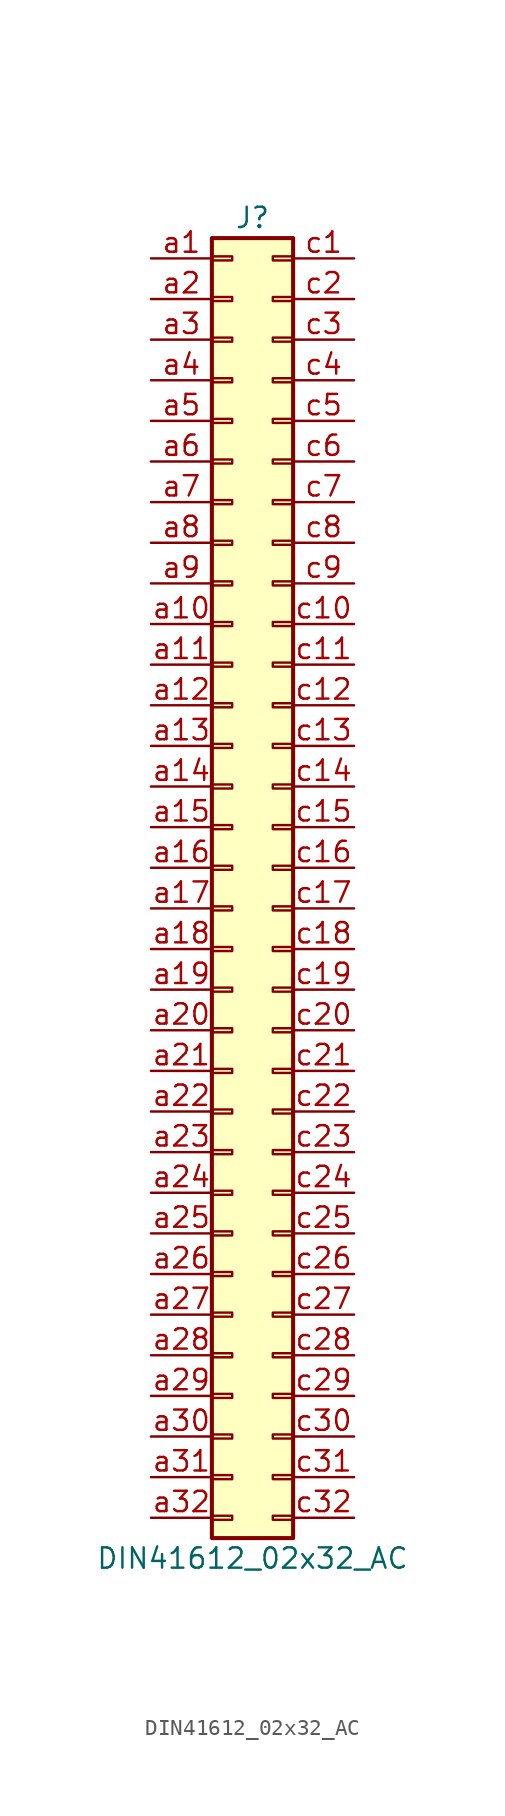
<source format=kicad_sym>
(kicad_symbol_lib
  (version 20241209)
  (generator "kicad_symbol_editor")
  (generator_version "9.0")
  (symbol "DIN41612_02x32_AC"
    (pin_names
      (offset 1.016)
      (hide yes))
    (property "Reference" "J"
      (at 1.27 40.64 0)
      (effects (font (size 1.27 1.27))))
    (property "Value" "DIN41612_02x32_AC"
      (at 1.27 -43.18 0)
      (effects (font (size 1.27 1.27))))
    (symbol "DIN41612_02x32_AC_1_1"
      (rectangle (start -1.27 39.37) (end 3.81 -41.91) (stroke (width 0.254) (type default)) (fill (type background)))
      (rectangle (start -1.27 38.227) (end 0 37.973) (stroke (width 0.152) (type default)) (fill (type none)))
      (rectangle (start -1.27 35.687) (end 0 35.433) (stroke (width 0.152) (type default)) (fill (type none)))
      (rectangle (start -1.27 33.147) (end 0 32.893) (stroke (width 0.152) (type default)) (fill (type none)))
      (rectangle (start -1.27 30.607) (end 0 30.353) (stroke (width 0.152) (type default)) (fill (type none)))
      (rectangle (start -1.27 28.067) (end 0 27.813) (stroke (width 0.152) (type default)) (fill (type none)))
      (rectangle (start -1.27 25.527) (end 0 25.273) (stroke (width 0.152) (type default)) (fill (type none)))
      (rectangle (start -1.27 22.987) (end 0 22.733) (stroke (width 0.152) (type default)) (fill (type none)))
      (rectangle (start -1.27 20.447) (end 0 20.193) (stroke (width 0.152) (type default)) (fill (type none)))
      (rectangle (start -1.27 17.907) (end 0 17.653) (stroke (width 0.152) (type default)) (fill (type none)))
      (rectangle (start -1.27 15.367) (end 0 15.113) (stroke (width 0.152) (type default)) (fill (type none)))
      (rectangle (start -1.27 12.827) (end 0 12.573) (stroke (width 0.152) (type default)) (fill (type none)))
      (rectangle (start -1.27 10.287) (end 0 10.033) (stroke (width 0.152) (type default)) (fill (type none)))
      (rectangle (start -1.27 7.747) (end 0 7.493) (stroke (width 0.152) (type default)) (fill (type none)))
      (rectangle (start -1.27 5.207) (end 0 4.953) (stroke (width 0.152) (type default)) (fill (type none)))
      (rectangle (start -1.27 2.667) (end 0 2.413) (stroke (width 0.152) (type default)) (fill (type none)))
      (rectangle (start -1.27 0.127) (end 0 -0.127) (stroke (width 0.152) (type default)) (fill (type none)))
      (rectangle (start -1.27 -2.413) (end 0 -2.667) (stroke (width 0.152) (type default)) (fill (type none)))
      (rectangle (start -1.27 -4.953) (end 0 -5.207) (stroke (width 0.152) (type default)) (fill (type none)))
      (rectangle (start -1.27 -7.493) (end 0 -7.747) (stroke (width 0.152) (type default)) (fill (type none)))
      (rectangle (start -1.27 -10.033) (end 0 -10.287) (stroke (width 0.152) (type default)) (fill (type none)))
      (rectangle (start -1.27 -12.573) (end 0 -12.827) (stroke (width 0.152) (type default)) (fill (type none)))
      (rectangle (start -1.27 -15.113) (end 0 -15.367) (stroke (width 0.152) (type default)) (fill (type none)))
      (rectangle (start -1.27 -17.653) (end 0 -17.907) (stroke (width 0.152) (type default)) (fill (type none)))
      (rectangle (start -1.27 -20.193) (end 0 -20.447) (stroke (width 0.152) (type default)) (fill (type none)))
      (rectangle (start -1.27 -22.733) (end 0 -22.987) (stroke (width 0.152) (type default)) (fill (type none)))
      (rectangle (start -1.27 -25.273) (end 0 -25.527) (stroke (width 0.152) (type default)) (fill (type none)))
      (rectangle (start -1.27 -27.813) (end 0 -28.067) (stroke (width 0.152) (type default)) (fill (type none)))
      (rectangle (start -1.27 -30.353) (end 0 -30.607) (stroke (width 0.152) (type default)) (fill (type none)))
      (rectangle (start -1.27 -32.893) (end 0 -33.147) (stroke (width 0.152) (type default)) (fill (type none)))
      (rectangle (start -1.27 -35.433) (end 0 -35.687) (stroke (width 0.152) (type default)) (fill (type none)))
      (rectangle (start -1.27 -37.973) (end 0 -38.227) (stroke (width 0.152) (type default)) (fill (type none)))
      (rectangle (start -1.27 -40.513) (end 0 -40.767) (stroke (width 0.152) (type default)) (fill (type none)))
      (rectangle (start 3.81 38.227) (end 2.54 37.973) (stroke (width 0.152) (type default)) (fill (type none)))
      (rectangle (start 3.81 35.687) (end 2.54 35.433) (stroke (width 0.152) (type default)) (fill (type none)))
      (rectangle (start 3.81 33.147) (end 2.54 32.893) (stroke (width 0.152) (type default)) (fill (type none)))
      (rectangle (start 3.81 30.607) (end 2.54 30.353) (stroke (width 0.152) (type default)) (fill (type none)))
      (rectangle (start 3.81 28.067) (end 2.54 27.813) (stroke (width 0.152) (type default)) (fill (type none)))
      (rectangle (start 3.81 25.527) (end 2.54 25.273) (stroke (width 0.152) (type default)) (fill (type none)))
      (rectangle (start 3.81 22.987) (end 2.54 22.733) (stroke (width 0.152) (type default)) (fill (type none)))
      (rectangle (start 3.81 20.447) (end 2.54 20.193) (stroke (width 0.152) (type default)) (fill (type none)))
      (rectangle (start 3.81 17.907) (end 2.54 17.653) (stroke (width 0.152) (type default)) (fill (type none)))
      (rectangle (start 3.81 15.367) (end 2.54 15.113) (stroke (width 0.152) (type default)) (fill (type none)))
      (rectangle (start 3.81 12.827) (end 2.54 12.573) (stroke (width 0.152) (type default)) (fill (type none)))
      (rectangle (start 3.81 10.287) (end 2.54 10.033) (stroke (width 0.152) (type default)) (fill (type none)))
      (rectangle (start 3.81 7.747) (end 2.54 7.493) (stroke (width 0.152) (type default)) (fill (type none)))
      (rectangle (start 3.81 5.207) (end 2.54 4.953) (stroke (width 0.152) (type default)) (fill (type none)))
      (rectangle (start 3.81 2.667) (end 2.54 2.413) (stroke (width 0.152) (type default)) (fill (type none)))
      (rectangle (start 3.81 0.127) (end 2.54 -0.127) (stroke (width 0.152) (type default)) (fill (type none)))
      (rectangle (start 3.81 -2.413) (end 2.54 -2.667) (stroke (width 0.152) (type default)) (fill (type none)))
      (rectangle (start 3.81 -4.953) (end 2.54 -5.207) (stroke (width 0.152) (type default)) (fill (type none)))
      (rectangle (start 3.81 -7.493) (end 2.54 -7.747) (stroke (width 0.152) (type default)) (fill (type none)))
      (rectangle (start 3.81 -10.033) (end 2.54 -10.287) (stroke (width 0.152) (type default)) (fill (type none)))
      (rectangle (start 3.81 -12.573) (end 2.54 -12.827) (stroke (width 0.152) (type default)) (fill (type none)))
      (rectangle (start 3.81 -15.113) (end 2.54 -15.367) (stroke (width 0.152) (type default)) (fill (type none)))
      (rectangle (start 3.81 -17.653) (end 2.54 -17.907) (stroke (width 0.152) (type default)) (fill (type none)))
      (rectangle (start 3.81 -20.193) (end 2.54 -20.447) (stroke (width 0.152) (type default)) (fill (type none)))
      (rectangle (start 3.81 -22.733) (end 2.54 -22.987) (stroke (width 0.152) (type default)) (fill (type none)))
      (rectangle (start 3.81 -25.273) (end 2.54 -25.527) (stroke (width 0.152) (type default)) (fill (type none)))
      (rectangle (start 3.81 -27.813) (end 2.54 -28.067) (stroke (width 0.152) (type default)) (fill (type none)))
      (rectangle (start 3.81 -30.353) (end 2.54 -30.607) (stroke (width 0.152) (type default)) (fill (type none)))
      (rectangle (start 3.81 -32.893) (end 2.54 -33.147) (stroke (width 0.152) (type default)) (fill (type none)))
      (rectangle (start 3.81 -35.433) (end 2.54 -35.687) (stroke (width 0.152) (type default)) (fill (type none)))
      (rectangle (start 3.81 -37.973) (end 2.54 -38.227) (stroke (width 0.152) (type default)) (fill (type none)))
      (rectangle (start 3.81 -40.513) (end 2.54 -40.767) (stroke (width 0.152) (type default)) (fill (type none)))
      (pin passive line (at -5.08 38.1 0) (length 3.81) (name "Pin_a1" (effects (font (size 1.27 1.27)))) (number "a1" (effects (font (size 1.27 1.27)))))
      (pin passive line (at -5.08 35.56 0) (length 3.81) (name "Pin_a2" (effects (font (size 1.27 1.27)))) (number "a2" (effects (font (size 1.27 1.27)))))
      (pin passive line (at -5.08 33.02 0) (length 3.81) (name "Pin_a3" (effects (font (size 1.27 1.27)))) (number "a3" (effects (font (size 1.27 1.27)))))
      (pin passive line (at -5.08 30.48 0) (length 3.81) (name "Pin_a4" (effects (font (size 1.27 1.27)))) (number "a4" (effects (font (size 1.27 1.27)))))
      (pin passive line (at -5.08 27.94 0) (length 3.81) (name "Pin_a5" (effects (font (size 1.27 1.27)))) (number "a5" (effects (font (size 1.27 1.27)))))
      (pin passive line (at -5.08 25.4 0) (length 3.81) (name "Pin_a6" (effects (font (size 1.27 1.27)))) (number "a6" (effects (font (size 1.27 1.27)))))
      (pin passive line (at -5.08 22.86 0) (length 3.81) (name "Pin_a7" (effects (font (size 1.27 1.27)))) (number "a7" (effects (font (size 1.27 1.27)))))
      (pin passive line (at -5.08 20.32 0) (length 3.81) (name "Pin_a8" (effects (font (size 1.27 1.27)))) (number "a8" (effects (font (size 1.27 1.27)))))
      (pin passive line (at -5.08 17.78 0) (length 3.81) (name "Pin_a9" (effects (font (size 1.27 1.27)))) (number "a9" (effects (font (size 1.27 1.27)))))
      (pin passive line (at -5.08 15.24 0) (length 3.81) (name "Pin_a10" (effects (font (size 1.27 1.27)))) (number "a10" (effects (font (size 1.27 1.27)))))
      (pin passive line (at -5.08 12.7 0) (length 3.81) (name "Pin_a11" (effects (font (size 1.27 1.27)))) (number "a11" (effects (font (size 1.27 1.27)))))
      (pin passive line (at -5.08 10.16 0) (length 3.81) (name "Pin_a12" (effects (font (size 1.27 1.27)))) (number "a12" (effects (font (size 1.27 1.27)))))
      (pin passive line (at -5.08 7.62 0) (length 3.81) (name "Pin_a13" (effects (font (size 1.27 1.27)))) (number "a13" (effects (font (size 1.27 1.27)))))
      (pin passive line (at -5.08 5.08 0) (length 3.81) (name "Pin_a14" (effects (font (size 1.27 1.27)))) (number "a14" (effects (font (size 1.27 1.27)))))
      (pin passive line (at -5.08 2.54 0) (length 3.81) (name "Pin_a15" (effects (font (size 1.27 1.27)))) (number "a15" (effects (font (size 1.27 1.27)))))
      (pin passive line (at -5.08 0 0) (length 3.81) (name "Pin_a16" (effects (font (size 1.27 1.27)))) (number "a16" (effects (font (size 1.27 1.27)))))
      (pin passive line (at -5.08 -2.54 0) (length 3.81) (name "Pin_a17" (effects (font (size 1.27 1.27)))) (number "a17" (effects (font (size 1.27 1.27)))))
      (pin passive line (at -5.08 -5.08 0) (length 3.81) (name "Pin_a18" (effects (font (size 1.27 1.27)))) (number "a18" (effects (font (size 1.27 1.27)))))
      (pin passive line (at -5.08 -7.62 0) (length 3.81) (name "Pin_a19" (effects (font (size 1.27 1.27)))) (number "a19" (effects (font (size 1.27 1.27)))))
      (pin passive line (at -5.08 -10.16 0) (length 3.81) (name "Pin_a20" (effects (font (size 1.27 1.27)))) (number "a20" (effects (font (size 1.27 1.27)))))
      (pin passive line (at -5.08 -12.7 0) (length 3.81) (name "Pin_a21" (effects (font (size 1.27 1.27)))) (number "a21" (effects (font (size 1.27 1.27)))))
      (pin passive line (at -5.08 -15.24 0) (length 3.81) (name "Pin_a22" (effects (font (size 1.27 1.27)))) (number "a22" (effects (font (size 1.27 1.27)))))
      (pin passive line (at -5.08 -17.78 0) (length 3.81) (name "Pin_a23" (effects (font (size 1.27 1.27)))) (number "a23" (effects (font (size 1.27 1.27)))))
      (pin passive line (at -5.08 -20.32 0) (length 3.81) (name "Pin_a24" (effects (font (size 1.27 1.27)))) (number "a24" (effects (font (size 1.27 1.27)))))
      (pin passive line (at -5.08 -22.86 0) (length 3.81) (name "Pin_a25" (effects (font (size 1.27 1.27)))) (number "a25" (effects (font (size 1.27 1.27)))))
      (pin passive line (at -5.08 -25.4 0) (length 3.81) (name "Pin_a26" (effects (font (size 1.27 1.27)))) (number "a26" (effects (font (size 1.27 1.27)))))
      (pin passive line (at -5.08 -27.94 0) (length 3.81) (name "Pin_a27" (effects (font (size 1.27 1.27)))) (number "a27" (effects (font (size 1.27 1.27)))))
      (pin passive line (at -5.08 -30.48 0) (length 3.81) (name "Pin_a28" (effects (font (size 1.27 1.27)))) (number "a28" (effects (font (size 1.27 1.27)))))
      (pin passive line (at -5.08 -33.02 0) (length 3.81) (name "Pin_a29" (effects (font (size 1.27 1.27)))) (number "a29" (effects (font (size 1.27 1.27)))))
      (pin passive line (at -5.08 -35.56 0) (length 3.81) (name "Pin_a30" (effects (font (size 1.27 1.27)))) (number "a30" (effects (font (size 1.27 1.27)))))
      (pin passive line (at -5.08 -38.1 0) (length 3.81) (name "Pin_a31" (effects (font (size 1.27 1.27)))) (number "a31" (effects (font (size 1.27 1.27)))))
      (pin passive line (at -5.08 -40.64 0) (length 3.81) (name "Pin_a32" (effects (font (size 1.27 1.27)))) (number "a32" (effects (font (size 1.27 1.27)))))
      (pin passive line (at 7.62 38.1 180) (length 3.81) (name "Pin_c1" (effects (font (size 1.27 1.27)))) (number "c1" (effects (font (size 1.27 1.27)))))
      (pin passive line (at 7.62 35.56 180) (length 3.81) (name "Pin_c2" (effects (font (size 1.27 1.27)))) (number "c2" (effects (font (size 1.27 1.27)))))
      (pin passive line (at 7.62 33.02 180) (length 3.81) (name "Pin_c3" (effects (font (size 1.27 1.27)))) (number "c3" (effects (font (size 1.27 1.27)))))
      (pin passive line (at 7.62 30.48 180) (length 3.81) (name "Pin_c4" (effects (font (size 1.27 1.27)))) (number "c4" (effects (font (size 1.27 1.27)))))
      (pin passive line (at 7.62 27.94 180) (length 3.81) (name "Pin_c5" (effects (font (size 1.27 1.27)))) (number "c5" (effects (font (size 1.27 1.27)))))
      (pin passive line (at 7.62 25.4 180) (length 3.81) (name "Pin_c6" (effects (font (size 1.27 1.27)))) (number "c6" (effects (font (size 1.27 1.27)))))
      (pin passive line (at 7.62 22.86 180) (length 3.81) (name "Pin_c7" (effects (font (size 1.27 1.27)))) (number "c7" (effects (font (size 1.27 1.27)))))
      (pin passive line (at 7.62 20.32 180) (length 3.81) (name "Pin_c8" (effects (font (size 1.27 1.27)))) (number "c8" (effects (font (size 1.27 1.27)))))
      (pin passive line (at 7.62 17.78 180) (length 3.81) (name "Pin_c9" (effects (font (size 1.27 1.27)))) (number "c9" (effects (font (size 1.27 1.27)))))
      (pin passive line (at 7.62 15.24 180) (length 3.81) (name "Pin_c10" (effects (font (size 1.27 1.27)))) (number "c10" (effects (font (size 1.27 1.27)))))
      (pin passive line (at 7.62 12.7 180) (length 3.81) (name "Pin_c11" (effects (font (size 1.27 1.27)))) (number "c11" (effects (font (size 1.27 1.27)))))
      (pin passive line (at 7.62 10.16 180) (length 3.81) (name "Pin_c12" (effects (font (size 1.27 1.27)))) (number "c12" (effects (font (size 1.27 1.27)))))
      (pin passive line (at 7.62 7.62 180) (length 3.81) (name "Pin_c13" (effects (font (size 1.27 1.27)))) (number "c13" (effects (font (size 1.27 1.27)))))
      (pin passive line (at 7.62 5.08 180) (length 3.81) (name "Pin_c14" (effects (font (size 1.27 1.27)))) (number "c14" (effects (font (size 1.27 1.27)))))
      (pin passive line (at 7.62 2.54 180) (length 3.81) (name "Pin_c15" (effects (font (size 1.27 1.27)))) (number "c15" (effects (font (size 1.27 1.27)))))
      (pin passive line (at 7.62 0 180) (length 3.81) (name "Pin_c16" (effects (font (size 1.27 1.27)))) (number "c16" (effects (font (size 1.27 1.27)))))
      (pin passive line (at 7.62 -2.54 180) (length 3.81) (name "Pin_c17" (effects (font (size 1.27 1.27)))) (number "c17" (effects (font (size 1.27 1.27)))))
      (pin passive line (at 7.62 -5.08 180) (length 3.81) (name "Pin_c18" (effects (font (size 1.27 1.27)))) (number "c18" (effects (font (size 1.27 1.27)))))
      (pin passive line (at 7.62 -7.62 180) (length 3.81) (name "Pin_c19" (effects (font (size 1.27 1.27)))) (number "c19" (effects (font (size 1.27 1.27)))))
      (pin passive line (at 7.62 -10.16 180) (length 3.81) (name "Pin_c20" (effects (font (size 1.27 1.27)))) (number "c20" (effects (font (size 1.27 1.27)))))
      (pin passive line (at 7.62 -12.7 180) (length 3.81) (name "Pin_c21" (effects (font (size 1.27 1.27)))) (number "c21" (effects (font (size 1.27 1.27)))))
      (pin passive line (at 7.62 -15.24 180) (length 3.81) (name "Pin_c22" (effects (font (size 1.27 1.27)))) (number "c22" (effects (font (size 1.27 1.27)))))
      (pin passive line (at 7.62 -17.78 180) (length 3.81) (name "Pin_c23" (effects (font (size 1.27 1.27)))) (number "c23" (effects (font (size 1.27 1.27)))))
      (pin passive line (at 7.62 -20.32 180) (length 3.81) (name "Pin_c24" (effects (font (size 1.27 1.27)))) (number "c24" (effects (font (size 1.27 1.27)))))
      (pin passive line (at 7.62 -22.86 180) (length 3.81) (name "Pin_c25" (effects (font (size 1.27 1.27)))) (number "c25" (effects (font (size 1.27 1.27)))))
      (pin passive line (at 7.62 -25.4 180) (length 3.81) (name "Pin_c26" (effects (font (size 1.27 1.27)))) (number "c26" (effects (font (size 1.27 1.27)))))
      (pin passive line (at 7.62 -27.94 180) (length 3.81) (name "Pin_c27" (effects (font (size 1.27 1.27)))) (number "c27" (effects (font (size 1.27 1.27)))))
      (pin passive line (at 7.62 -30.48 180) (length 3.81) (name "Pin_c28" (effects (font (size 1.27 1.27)))) (number "c28" (effects (font (size 1.27 1.27)))))
      (pin passive line (at 7.62 -33.02 180) (length 3.81) (name "Pin_c29" (effects (font (size 1.27 1.27)))) (number "c29" (effects (font (size 1.27 1.27)))))
      (pin passive line (at 7.62 -35.56 180) (length 3.81) (name "Pin_c30" (effects (font (size 1.27 1.27)))) (number "c30" (effects (font (size 1.27 1.27)))))
      (pin passive line (at 7.62 -38.1 180) (length 3.81) (name "Pin_c31" (effects (font (size 1.27 1.27)))) (number "c31" (effects (font (size 1.27 1.27)))))
      (pin passive line (at 7.62 -40.64 180) (length 3.81) (name "Pin_c32" (effects (font (size 1.27 1.27)))) (number "c32" (effects (font (size 1.27 1.27))))))))
</source>
